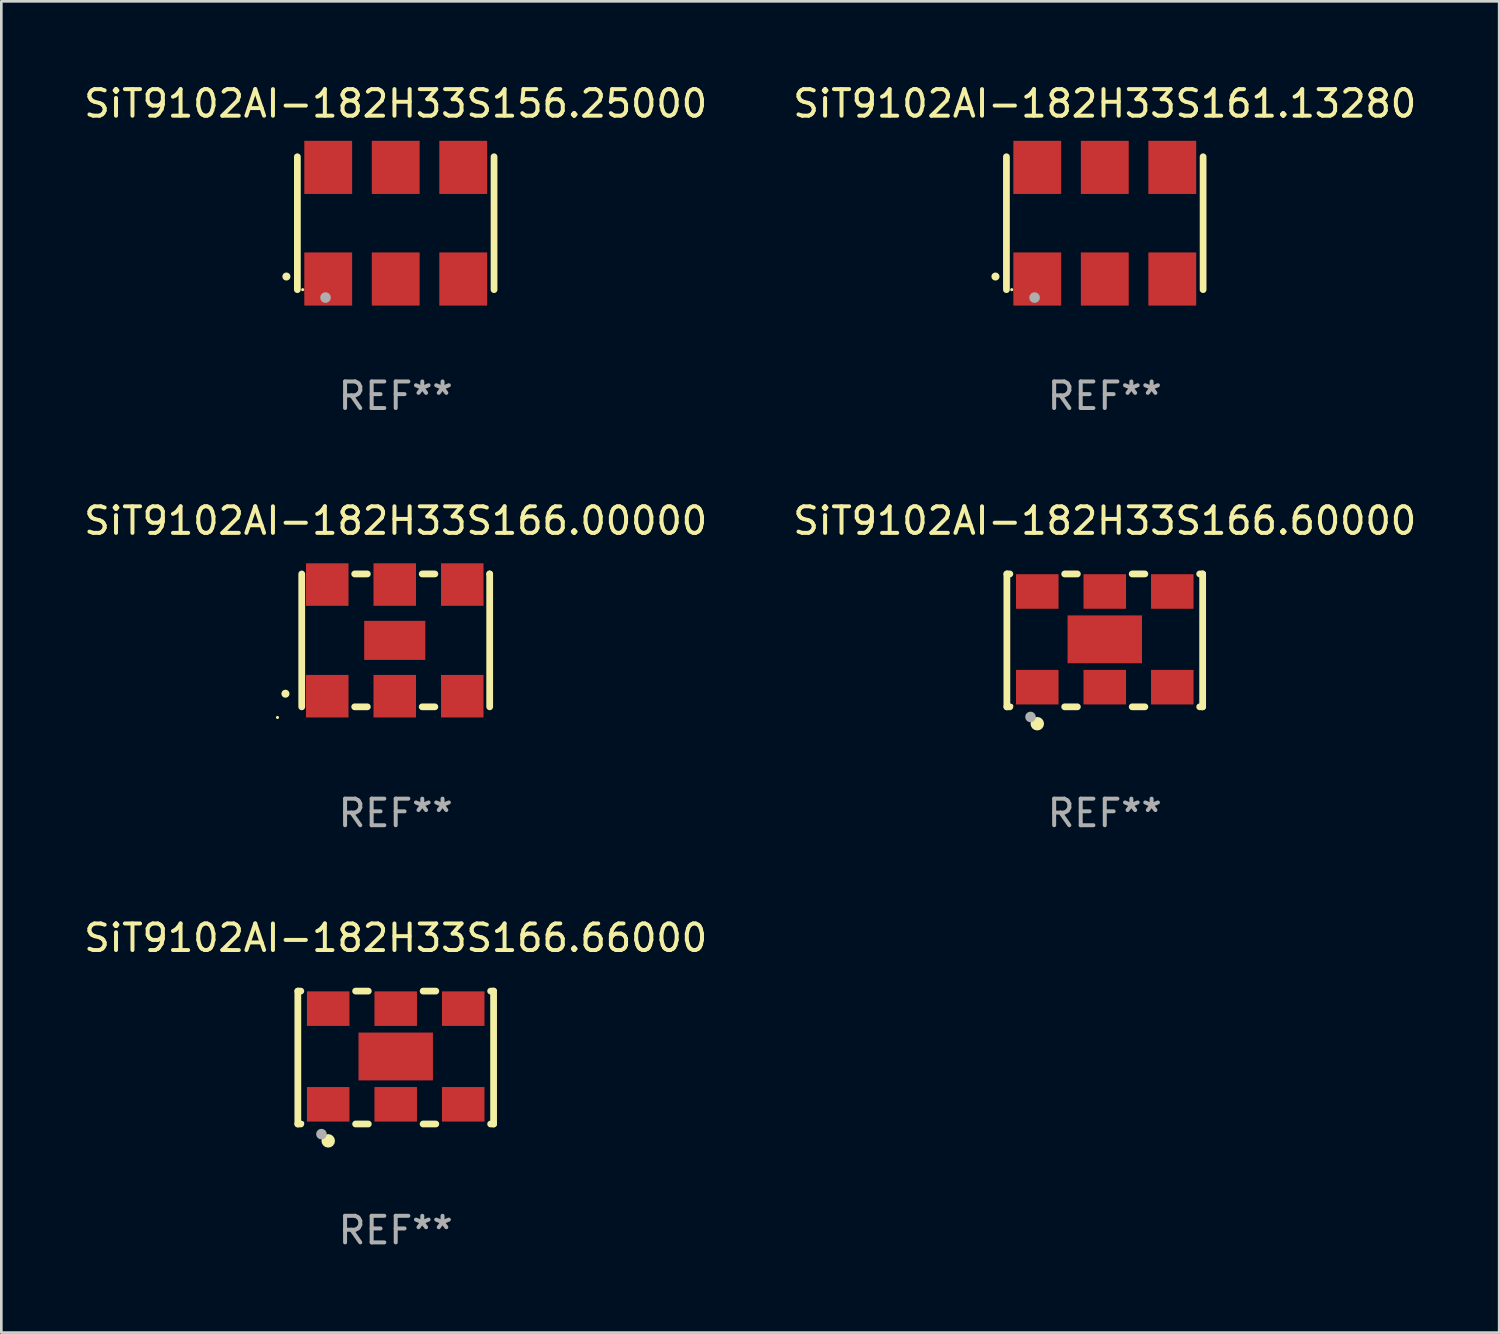
<source format=kicad_pcb>
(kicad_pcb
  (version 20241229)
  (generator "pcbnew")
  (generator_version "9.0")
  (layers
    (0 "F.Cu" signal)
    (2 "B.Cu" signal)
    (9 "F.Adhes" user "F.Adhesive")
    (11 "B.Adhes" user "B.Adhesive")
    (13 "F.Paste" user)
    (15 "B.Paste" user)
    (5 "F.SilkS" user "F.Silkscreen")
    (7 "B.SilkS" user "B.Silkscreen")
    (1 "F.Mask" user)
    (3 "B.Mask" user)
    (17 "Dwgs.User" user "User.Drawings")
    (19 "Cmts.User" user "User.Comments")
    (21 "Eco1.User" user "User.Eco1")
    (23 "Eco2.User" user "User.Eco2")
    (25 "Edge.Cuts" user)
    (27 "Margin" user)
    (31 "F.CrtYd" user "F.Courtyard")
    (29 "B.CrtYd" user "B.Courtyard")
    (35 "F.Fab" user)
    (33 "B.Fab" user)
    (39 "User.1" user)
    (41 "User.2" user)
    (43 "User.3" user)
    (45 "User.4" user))
  (footprint "SiT9102AI-182H33S161.13280"
    (layer "F.Cu")
    (at 38.518 5.348)
    (property "Reference" "SiT9102AI-182H33S161.13280" (at 0 -4.5 0) (layer "F.SilkS") (effects (font (size 1 1) (thickness 0.15))))
    (attr through_hole)
    (fp_line (start -3.7 -2.5) (end -3.7 2.5) (stroke (width 0.254) (type solid)) (layer "F.SilkS"))
    (fp_line (start 3.7 -2.5) (end 3.7 2.5) (stroke (width 0.254) (type solid)) (layer "F.SilkS"))
    (fp_arc (start -4.114415 2.006604) (mid -4.113145 2.006599) (end -4.111875 2.006604) (stroke (width 0.3) (type solid)) (layer "F.SilkS"))
    (fp_circle (center -3.5 2.501) (end -3.47 2.501) (stroke (width 0.06) (type solid)) (fill no) (layer "F.SilkS"))
    (fp_circle (center -2.641 2.799) (end -2.541 2.799) (stroke (width 0.2) (type solid)) (fill no) (layer "F.Fab"))
    (fp_text user "REF**" (at 0 6.5 0) (layer "F.Fab") (effects (font (size 1 1) (thickness 0.15))))
    (pad "1" smd rect (at -2.54 2.1) (size 1.8 2) (layers "F.Cu" "F.Mask" "F.Paste"))
    (pad "2" smd rect (at 0.000394 2.1) (size 1.8 2) (layers "F.Cu" "F.Mask" "F.Paste"))
    (pad "3" smd rect (at 2.54 2.1) (size 1.8 2) (layers "F.Cu" "F.Mask" "F.Paste"))
    (pad "4" smd rect (at 2.54 -2.1) (size 1.8 2) (layers "F.Cu" "F.Mask" "F.Paste"))
    (pad "5" smd rect (at 0.000394 -2.1) (size 1.8 2) (layers "F.Cu" "F.Mask" "F.Paste"))
    (pad "6" smd rect (at -2.54 -2.1) (size 1.8 2) (layers "F.Cu" "F.Mask" "F.Paste")))
  (footprint "SiT9102AI-182H33S166.00000"
    (layer "F.Cu")
    (at 11.839 21.045)
    (property "Reference" "SiT9102AI-182H33S166.00000" (at 0 -4.5 0) (layer "F.SilkS") (effects (font (size 1 1) (thickness 0.15))))
    (attr through_hole)
    (fp_line (start -3.536 -2.5) (end -3.536 2.5) (stroke (width 0.254) (type solid)) (layer "F.SilkS"))
    (fp_line (start -1.544 2.5) (end -1.067 2.5) (stroke (width 0.254) (type solid)) (layer "F.SilkS"))
    (fp_line (start -1.067 -2.5) (end -1.544 -2.5) (stroke (width 0.254) (type solid)) (layer "F.SilkS"))
    (fp_line (start 0.996 2.5) (end 1.473 2.5) (stroke (width 0.254) (type solid)) (layer "F.SilkS"))
    (fp_line (start 1.473 -2.5) (end 0.996 -2.5) (stroke (width 0.254) (type solid)) (layer "F.SilkS"))
    (fp_line (start 3.536 -2.5) (end 3.536 -2.5) (stroke (width 0.254) (type solid)) (layer "F.SilkS"))
    (fp_line (start 3.536 2.5) (end 3.536 -2.5) (stroke (width 0.254) (type solid)) (layer "F.SilkS"))
    (fp_arc (start -4.150432 2.006604) (mid -4.149162 2.006599) (end -4.147892 2.006604) (stroke (width 0.3) (type solid)) (layer "F.SilkS"))
    (fp_circle (center -4.449 2.9) (end -4.419 2.9) (stroke (width 0.06) (type solid)) (fill no) (layer "F.SilkS"))
    (fp_text user "REF**" (at 0 6.5 0) (layer "F.Fab") (effects (font (size 1 1) (thickness 0.15))))
    (pad "1" smd rect (at -2.576 2.1) (size 1.6 1.6) (layers "F.Cu" "F.Mask" "F.Paste"))
    (pad "2" smd rect (at -0.036 2.1) (size 1.6 1.6) (layers "F.Cu" "F.Mask" "F.Paste"))
    (pad "3" smd rect (at 2.504 2.1) (size 1.6 1.6) (layers "F.Cu" "F.Mask" "F.Paste"))
    (pad "4" smd rect (at 2.504 -2.1) (size 1.6 1.6) (layers "F.Cu" "F.Mask" "F.Paste"))
    (pad "5" smd rect (at -0.036 -2.1) (size 1.6 1.6) (layers "F.Cu" "F.Mask" "F.Paste"))
    (pad "6" smd rect (at -2.576 -2.1) (size 1.6 1.6) (layers "F.Cu" "F.Mask" "F.Paste"))
    (pad "7" smd rect (at -0.036 0) (size 2.3 1.47) (layers "F.Cu" "F.Mask" "F.Paste")))
  (footprint "SiT9102AI-182H33S166.60000"
    (layer "F.Cu")
    (at 38.518 21.045)
    (property "Reference" "SiT9102AI-182H33S166.60000" (at 0 -4.5 0) (layer "F.SilkS") (effects (font (size 1 1) (thickness 0.15))))
    (attr through_hole)
    (fp_line (start -3.683 -2.5) (end -3.571 -2.5) (stroke (width 0.254) (type solid)) (layer "F.SilkS"))
    (fp_line (start -3.683 2.5) (end -3.683 -2.5) (stroke (width 0.254) (type solid)) (layer "F.SilkS"))
    (fp_line (start -3.683 2.5) (end -3.571 2.5) (stroke (width 0.254) (type solid)) (layer "F.SilkS"))
    (fp_line (start -1.509 -2.5) (end -1.031 -2.5) (stroke (width 0.254) (type solid)) (layer "F.SilkS"))
    (fp_line (start -1.509 2.5) (end -1.031 2.5) (stroke (width 0.254) (type solid)) (layer "F.SilkS"))
    (fp_line (start 1.031 -2.5) (end 1.509 -2.5) (stroke (width 0.254) (type solid)) (layer "F.SilkS"))
    (fp_line (start 1.031 2.5) (end 1.509 2.5) (stroke (width 0.254) (type solid)) (layer "F.SilkS"))
    (fp_line (start 3.571 -2.5) (end 3.683 -2.5) (stroke (width 0.254) (type solid)) (layer "F.SilkS"))
    (fp_line (start 3.571 2.5) (end 3.683 2.5) (stroke (width 0.254) (type solid)) (layer "F.SilkS"))
    (fp_line (start 3.683 2.5) (end 3.683 -2.5) (stroke (width 0.254) (type solid)) (layer "F.SilkS"))
    (fp_circle (center -3.5 2.46) (end -3.47 2.46) (stroke (width 0.06) (type solid)) (fill no) (layer "F.SilkS"))
    (fp_circle (center -2.54 3.135) (end -2.413 3.135) (stroke (width 0.254) (type solid)) (fill no) (layer "F.SilkS"))
    (fp_circle (center -2.794 2.881) (end -2.694 2.881) (stroke (width 0.2) (type solid)) (fill no) (layer "F.Fab"))
    (fp_text user "REF**" (at 0 6.5 0) (layer "F.Fab") (effects (font (size 1 1) (thickness 0.15))))
    (pad "1" smd rect (at -2.54 1.76) (size 1.6 1.3) (layers "F.Cu" "F.Mask" "F.Paste"))
    (pad "2" smd rect (at 0 1.76) (size 1.6 1.3) (layers "F.Cu" "F.Mask" "F.Paste"))
    (pad "3" smd rect (at 2.54 1.76) (size 1.6 1.3) (layers "F.Cu" "F.Mask" "F.Paste"))
    (pad "4" smd rect (at 2.54 -1.84) (size 1.6 1.3) (layers "F.Cu" "F.Mask" "F.Paste"))
    (pad "5" smd rect (at 0 -1.84) (size 1.6 1.3) (layers "F.Cu" "F.Mask" "F.Paste"))
    (pad "6" smd rect (at -2.54 -1.84) (size 1.6 1.3) (layers "F.Cu" "F.Mask" "F.Paste"))
    (pad "7" smd rect (at 0 -0.04) (size 2.8 1.8) (layers "F.Cu" "F.Mask" "F.Paste")))
  (footprint "SiT9102AI-182H33S166.66000"
    (layer "F.Cu")
    (at 11.839 36.741)
    (property "Reference" "SiT9102AI-182H33S166.66000" (at 0 -4.5 0) (layer "F.SilkS") (effects (font (size 1 1) (thickness 0.15))))
    (attr through_hole)
    (fp_line (start -3.683 -2.5) (end -3.571 -2.5) (stroke (width 0.254) (type solid)) (layer "F.SilkS"))
    (fp_line (start -3.683 2.5) (end -3.683 -2.5) (stroke (width 0.254) (type solid)) (layer "F.SilkS"))
    (fp_line (start -3.683 2.5) (end -3.571 2.5) (stroke (width 0.254) (type solid)) (layer "F.SilkS"))
    (fp_line (start -1.509 -2.5) (end -1.031 -2.5) (stroke (width 0.254) (type solid)) (layer "F.SilkS"))
    (fp_line (start -1.509 2.5) (end -1.031 2.5) (stroke (width 0.254) (type solid)) (layer "F.SilkS"))
    (fp_line (start 1.031 -2.5) (end 1.509 -2.5) (stroke (width 0.254) (type solid)) (layer "F.SilkS"))
    (fp_line (start 1.031 2.5) (end 1.509 2.5) (stroke (width 0.254) (type solid)) (layer "F.SilkS"))
    (fp_line (start 3.571 -2.5) (end 3.683 -2.5) (stroke (width 0.254) (type solid)) (layer "F.SilkS"))
    (fp_line (start 3.571 2.5) (end 3.683 2.5) (stroke (width 0.254) (type solid)) (layer "F.SilkS"))
    (fp_line (start 3.683 2.5) (end 3.683 -2.5) (stroke (width 0.254) (type solid)) (layer "F.SilkS"))
    (fp_circle (center -3.5 2.46) (end -3.47 2.46) (stroke (width 0.06) (type solid)) (fill no) (layer "F.SilkS"))
    (fp_circle (center -2.54 3.135) (end -2.413 3.135) (stroke (width 0.254) (type solid)) (fill no) (layer "F.SilkS"))
    (fp_circle (center -2.794 2.881) (end -2.694 2.881) (stroke (width 0.2) (type solid)) (fill no) (layer "F.Fab"))
    (fp_text user "REF**" (at 0 6.5 0) (layer "F.Fab") (effects (font (size 1 1) (thickness 0.15))))
    (pad "1" smd rect (at -2.54 1.76) (size 1.6 1.3) (layers "F.Cu" "F.Mask" "F.Paste"))
    (pad "2" smd rect (at 0 1.76) (size 1.6 1.3) (layers "F.Cu" "F.Mask" "F.Paste"))
    (pad "3" smd rect (at 2.54 1.76) (size 1.6 1.3) (layers "F.Cu" "F.Mask" "F.Paste"))
    (pad "4" smd rect (at 2.54 -1.84) (size 1.6 1.3) (layers "F.Cu" "F.Mask" "F.Paste"))
    (pad "5" smd rect (at 0 -1.84) (size 1.6 1.3) (layers "F.Cu" "F.Mask" "F.Paste"))
    (pad "6" smd rect (at -2.54 -1.84) (size 1.6 1.3) (layers "F.Cu" "F.Mask" "F.Paste"))
    (pad "7" smd rect (at 0 -0.04) (size 2.8 1.8) (layers "F.Cu" "F.Mask" "F.Paste")))
  (footprint "SiT9102AI-182H33S156.25000"
    (layer "F.Cu")
    (at 11.839 5.348)
    (property "Reference" "SiT9102AI-182H33S156.25000" (at 0 -4.5 0) (layer "F.SilkS") (effects (font (size 1 1) (thickness 0.15))))
    (attr through_hole)
    (fp_line (start -3.7 -2.5) (end -3.7 2.5) (stroke (width 0.254) (type solid)) (layer "F.SilkS"))
    (fp_line (start 3.7 -2.5) (end 3.7 2.5) (stroke (width 0.254) (type solid)) (layer "F.SilkS"))
    (fp_arc (start -4.114415 2.006604) (mid -4.113145 2.006599) (end -4.111875 2.006604) (stroke (width 0.3) (type solid)) (layer "F.SilkS"))
    (fp_circle (center -3.5 2.501) (end -3.47 2.501) (stroke (width 0.06) (type solid)) (fill no) (layer "F.SilkS"))
    (fp_circle (center -2.641 2.799) (end -2.541 2.799) (stroke (width 0.2) (type solid)) (fill no) (layer "F.Fab"))
    (fp_text user "REF**" (at 0 6.5 0) (layer "F.Fab") (effects (font (size 1 1) (thickness 0.15))))
    (pad "1" smd rect (at -2.54 2.1) (size 1.8 2) (layers "F.Cu" "F.Mask" "F.Paste"))
    (pad "2" smd rect (at 0.000394 2.1) (size 1.8 2) (layers "F.Cu" "F.Mask" "F.Paste"))
    (pad "3" smd rect (at 2.54 2.1) (size 1.8 2) (layers "F.Cu" "F.Mask" "F.Paste"))
    (pad "4" smd rect (at 2.54 -2.1) (size 1.8 2) (layers "F.Cu" "F.Mask" "F.Paste"))
    (pad "5" smd rect (at 0.000394 -2.1) (size 1.8 2) (layers "F.Cu" "F.Mask" "F.Paste"))
    (pad "6" smd rect (at -2.54 -2.1) (size 1.8 2) (layers "F.Cu" "F.Mask" "F.Paste")))
  (gr_rect
    (start -3 -3)
    (end 53.357 47.09)
    (stroke (width 0.1) (type default))
    (fill no)
    (layer "Edge.Cuts")))
</source>
